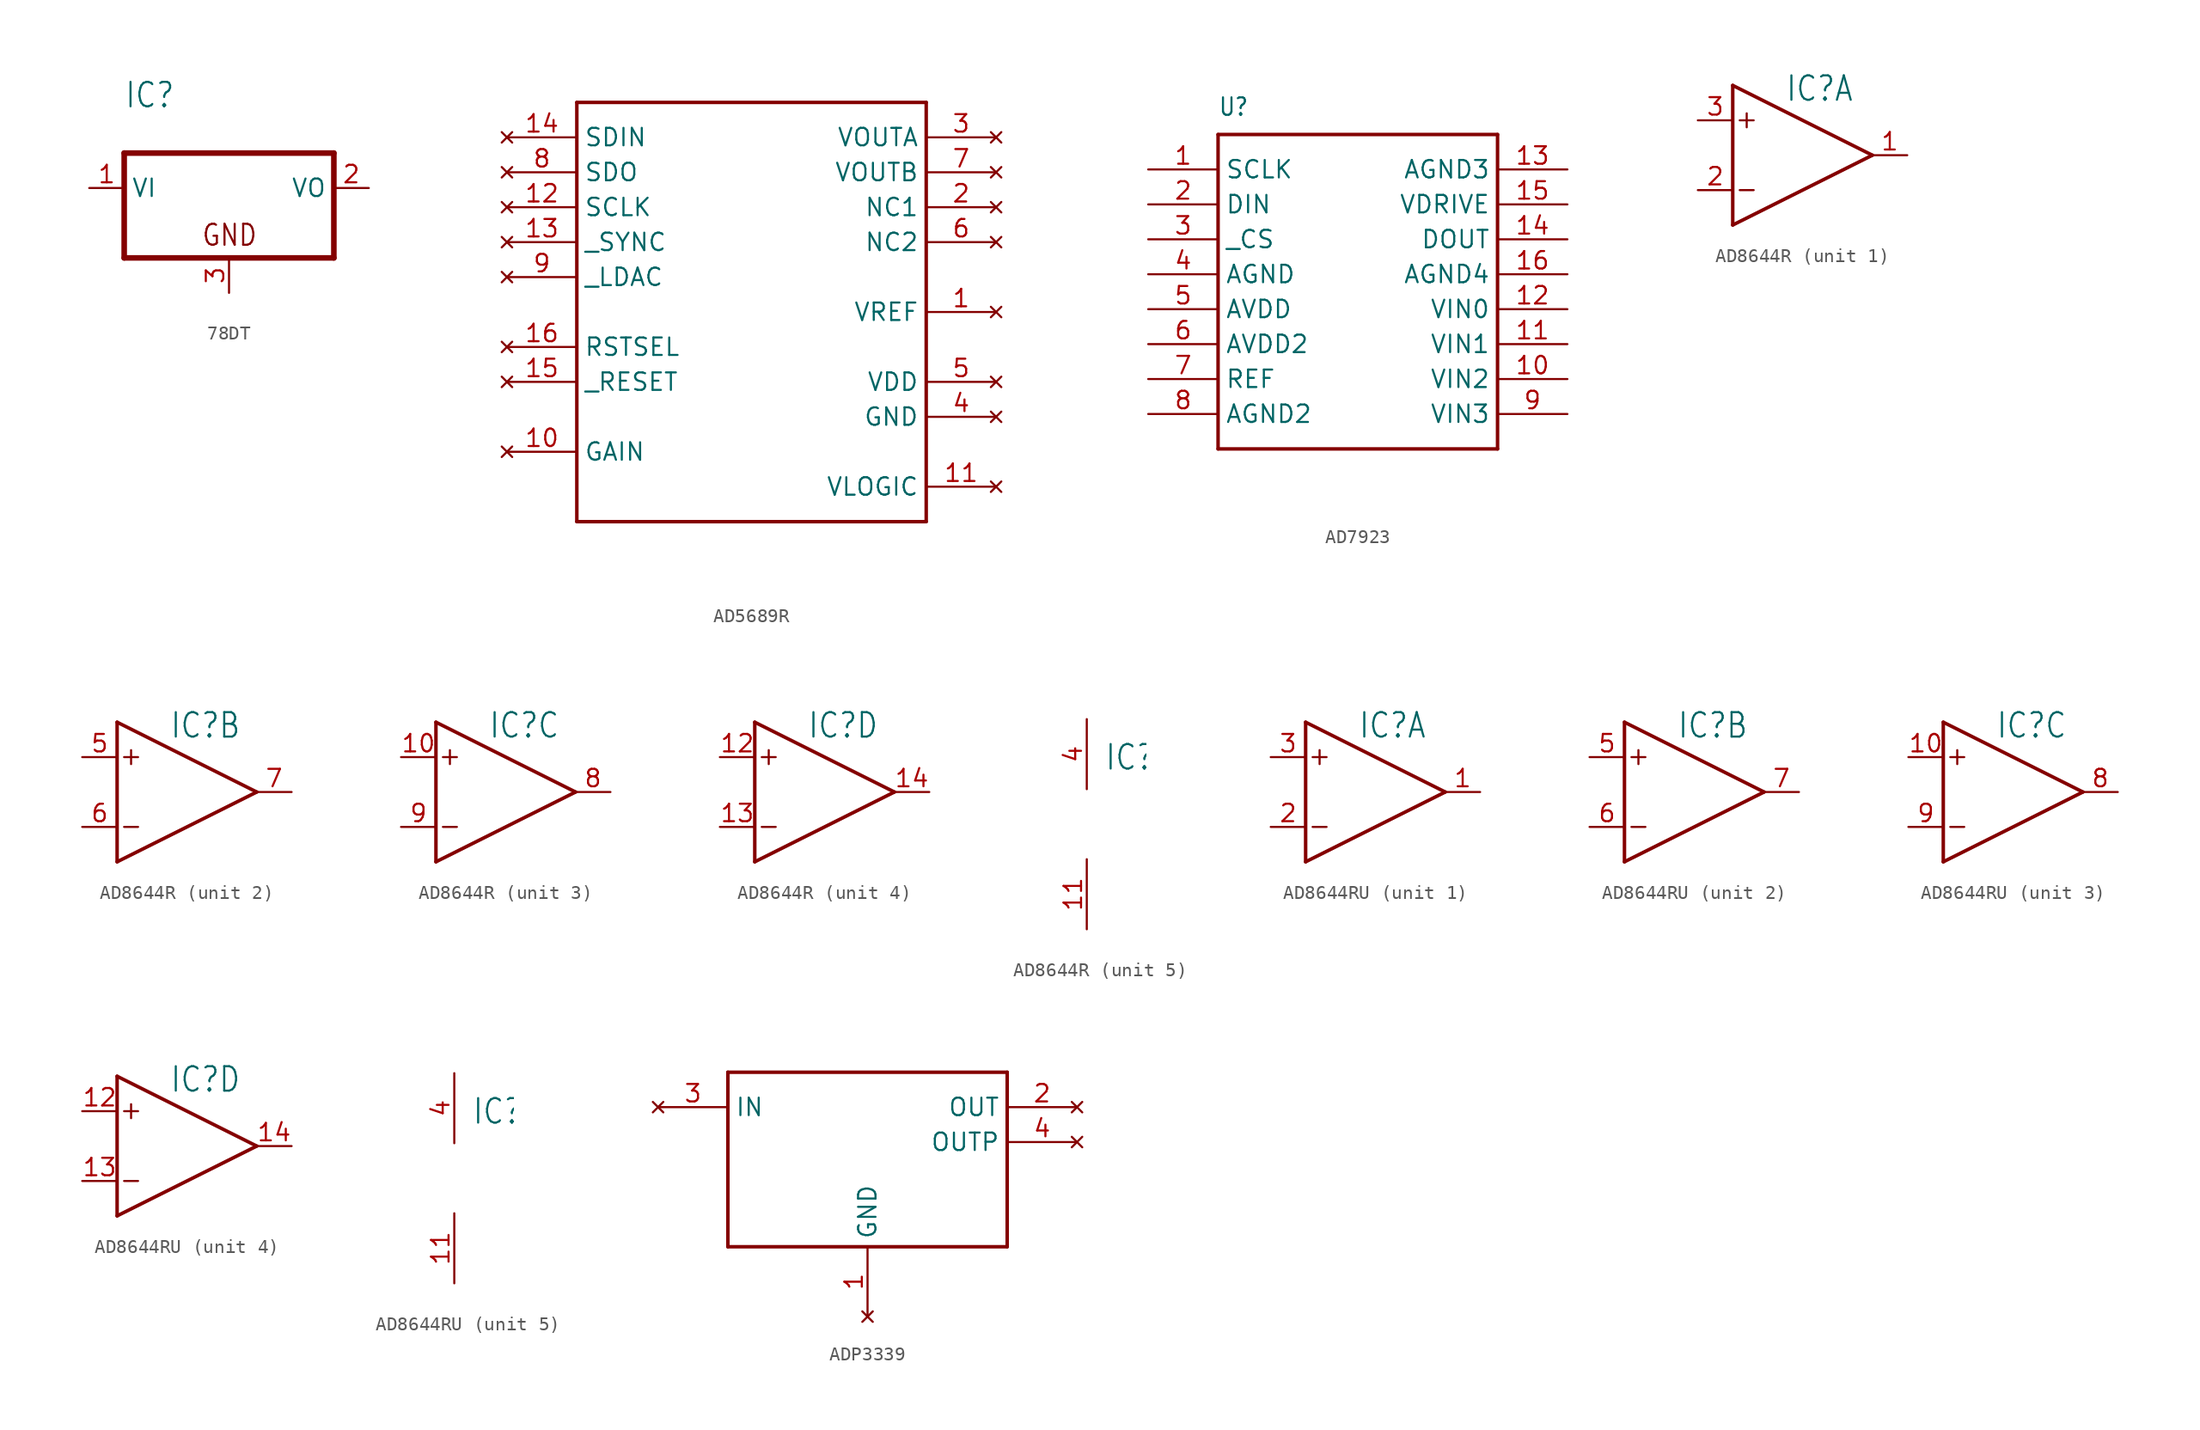
<source format=kicad_sym>
(kicad_symbol_lib
  (version 20231120)
  (generator "kicad_symbol_editor")
  (generator_version "8.0")
  (symbol "78DT"
    (property "Reference" "IC"
      (at -7.62 5.715 0)
      (effects (font (size 1.778 1.511)) (justify left bottom)))
    (property "Value" ""
      (at -7.62 3.175 0)
      (effects (font (size 1.778 1.511)) (justify left bottom)))
    (property "ki_locked" ""
      (at 0 0 0)
      (effects (font (size 1.27 1.27))))
    (symbol "78DT_1_0"
      (polyline (pts (xy -7.62 -5.08) (xy 7.62 -5.08)) (stroke (width 0.406) (type solid)) (fill (type none)))
      (polyline (pts (xy -7.62 2.54) (xy -7.62 -5.08)) (stroke (width 0.406) (type solid)) (fill (type none)))
      (polyline (pts (xy 7.62 -5.08) (xy 7.62 2.54)) (stroke (width 0.406) (type solid)) (fill (type none)))
      (polyline (pts (xy 7.62 2.54) (xy -7.62 2.54)) (stroke (width 0.406) (type solid)) (fill (type none)))
      (text "GND" (at -2.032 -4.318 0) (effects (font (size 1.524 1.295)) (justify left bottom)))
      (pin input line (at -10.16 0 0) (length 2.54) (name "VI" (effects (font (size 1.27 1.27)))) (number "1" (effects (font (size 1.27 1.27)))))
      (pin passive line (at 10.16 0 180) (length 2.54) (name "VO" (effects (font (size 1.27 1.27)))) (number "2" (effects (font (size 1.27 1.27)))))
      (pin passive line (at 0 -7.62 90) (length 2.54) (name "GND" (effects (font (size 0 0)))) (number "3" (effects (font (size 1.27 1.27)))))))
  (symbol "AD5689R"
    (property "Reference" ""
      (at -25.4 21.59 0)
      (effects (font (size 1.27 1.079)) (justify left bottom) (hide yes)))
    (property "Value" ""
      (at -25.4 -12.7 0)
      (effects (font (size 1.27 1.079)) (justify left bottom)))
    (property "ki_locked" ""
      (at 0 0 0)
      (effects (font (size 1.27 1.27))))
    (symbol "AD5689R_1_0"
      (polyline (pts (xy -25.4 -10.16) (xy -25.4 20.32)) (stroke (width 0.254) (type solid)) (fill (type none)))
      (polyline (pts (xy -25.4 20.32) (xy 0 20.32)) (stroke (width 0.254) (type solid)) (fill (type none)))
      (polyline (pts (xy 0 -10.16) (xy -25.4 -10.16)) (stroke (width 0.254) (type solid)) (fill (type none)))
      (polyline (pts (xy 0 20.32) (xy 0 -10.16)) (stroke (width 0.254) (type solid)) (fill (type none)))
      (pin no_connect line (at 5.08 5.08 180) (length 5.08) (name "VREF" (effects (font (size 1.27 1.27)))) (number "1" (effects (font (size 1.27 1.27)))))
      (pin no_connect line (at -30.48 -5.08 0) (length 5.08) (name "GAIN" (effects (font (size 1.27 1.27)))) (number "10" (effects (font (size 1.27 1.27)))))
      (pin no_connect line (at 5.08 -7.62 180) (length 5.08) (name "VLOGIC" (effects (font (size 1.27 1.27)))) (number "11" (effects (font (size 1.27 1.27)))))
      (pin no_connect line (at -30.48 12.7 0) (length 5.08) (name "SCLK" (effects (font (size 1.27 1.27)))) (number "12" (effects (font (size 1.27 1.27)))))
      (pin no_connect line (at -30.48 10.16 0) (length 5.08) (name "_SYNC" (effects (font (size 1.27 1.27)))) (number "13" (effects (font (size 1.27 1.27)))))
      (pin no_connect line (at -30.48 17.78 0) (length 5.08) (name "SDIN" (effects (font (size 1.27 1.27)))) (number "14" (effects (font (size 1.27 1.27)))))
      (pin no_connect line (at -30.48 0 0) (length 5.08) (name "_RESET" (effects (font (size 1.27 1.27)))) (number "15" (effects (font (size 1.27 1.27)))))
      (pin no_connect line (at -30.48 2.54 0) (length 5.08) (name "RSTSEL" (effects (font (size 1.27 1.27)))) (number "16" (effects (font (size 1.27 1.27)))))
      (pin no_connect line (at 5.08 12.7 180) (length 5.08) (name "NC1" (effects (font (size 1.27 1.27)))) (number "2" (effects (font (size 1.27 1.27)))))
      (pin no_connect line (at 5.08 17.78 180) (length 5.08) (name "VOUTA" (effects (font (size 1.27 1.27)))) (number "3" (effects (font (size 1.27 1.27)))))
      (pin no_connect line (at 5.08 -2.54 180) (length 5.08) (name "GND" (effects (font (size 1.27 1.27)))) (number "4" (effects (font (size 1.27 1.27)))))
      (pin no_connect line (at 5.08 0 180) (length 5.08) (name "VDD" (effects (font (size 1.27 1.27)))) (number "5" (effects (font (size 1.27 1.27)))))
      (pin no_connect line (at 5.08 10.16 180) (length 5.08) (name "NC2" (effects (font (size 1.27 1.27)))) (number "6" (effects (font (size 1.27 1.27)))))
      (pin no_connect line (at 5.08 15.24 180) (length 5.08) (name "VOUTB" (effects (font (size 1.27 1.27)))) (number "7" (effects (font (size 1.27 1.27)))))
      (pin no_connect line (at -30.48 15.24 0) (length 5.08) (name "SDO" (effects (font (size 1.27 1.27)))) (number "8" (effects (font (size 1.27 1.27)))))
      (pin no_connect line (at -30.48 7.62 0) (length 5.08) (name "_LDAC" (effects (font (size 1.27 1.27)))) (number "9" (effects (font (size 1.27 1.27)))))))
  (symbol "AD7923"
    (property "Reference" "U"
      (at -10.16 11.43 0)
      (effects (font (size 1.27 1.079)) (justify left bottom)))
    (property "Value" ""
      (at -10.16 -15.24 0)
      (effects (font (size 1.27 1.079)) (justify left bottom)))
    (property "ki_locked" ""
      (at 0 0 0)
      (effects (font (size 1.27 1.27))))
    (symbol "AD7923_1_0"
      (polyline (pts (xy -10.16 -12.7) (xy 10.16 -12.7)) (stroke (width 0.254) (type solid)) (fill (type none)))
      (polyline (pts (xy -10.16 10.16) (xy -10.16 -12.7)) (stroke (width 0.254) (type solid)) (fill (type none)))
      (polyline (pts (xy 10.16 -12.7) (xy 10.16 10.16)) (stroke (width 0.254) (type solid)) (fill (type none)))
      (polyline (pts (xy 10.16 10.16) (xy -10.16 10.16)) (stroke (width 0.254) (type solid)) (fill (type none)))
      (pin bidirectional line (at -15.24 7.62 0) (length 5.08) (name "SCLK" (effects (font (size 1.27 1.27)))) (number "1" (effects (font (size 1.27 1.27)))))
      (pin bidirectional line (at 15.24 -7.62 180) (length 5.08) (name "VIN2" (effects (font (size 1.27 1.27)))) (number "10" (effects (font (size 1.27 1.27)))))
      (pin bidirectional line (at 15.24 -5.08 180) (length 5.08) (name "VIN1" (effects (font (size 1.27 1.27)))) (number "11" (effects (font (size 1.27 1.27)))))
      (pin bidirectional line (at 15.24 -2.54 180) (length 5.08) (name "VIN0" (effects (font (size 1.27 1.27)))) (number "12" (effects (font (size 1.27 1.27)))))
      (pin bidirectional line (at 15.24 7.62 180) (length 5.08) (name "AGND3" (effects (font (size 1.27 1.27)))) (number "13" (effects (font (size 1.27 1.27)))))
      (pin bidirectional line (at 15.24 2.54 180) (length 5.08) (name "DOUT" (effects (font (size 1.27 1.27)))) (number "14" (effects (font (size 1.27 1.27)))))
      (pin bidirectional line (at 15.24 5.08 180) (length 5.08) (name "VDRIVE" (effects (font (size 1.27 1.27)))) (number "15" (effects (font (size 1.27 1.27)))))
      (pin bidirectional line (at 15.24 0 180) (length 5.08) (name "AGND4" (effects (font (size 1.27 1.27)))) (number "16" (effects (font (size 1.27 1.27)))))
      (pin bidirectional line (at -15.24 5.08 0) (length 5.08) (name "DIN" (effects (font (size 1.27 1.27)))) (number "2" (effects (font (size 1.27 1.27)))))
      (pin bidirectional line (at -15.24 2.54 0) (length 5.08) (name "_CS" (effects (font (size 1.27 1.27)))) (number "3" (effects (font (size 1.27 1.27)))))
      (pin bidirectional line (at -15.24 0 0) (length 5.08) (name "AGND" (effects (font (size 1.27 1.27)))) (number "4" (effects (font (size 1.27 1.27)))))
      (pin bidirectional line (at -15.24 -2.54 0) (length 5.08) (name "AVDD" (effects (font (size 1.27 1.27)))) (number "5" (effects (font (size 1.27 1.27)))))
      (pin bidirectional line (at -15.24 -5.08 0) (length 5.08) (name "AVDD2" (effects (font (size 1.27 1.27)))) (number "6" (effects (font (size 1.27 1.27)))))
      (pin bidirectional line (at -15.24 -7.62 0) (length 5.08) (name "REF" (effects (font (size 1.27 1.27)))) (number "7" (effects (font (size 1.27 1.27)))))
      (pin bidirectional line (at -15.24 -10.16 0) (length 5.08) (name "AGND2" (effects (font (size 1.27 1.27)))) (number "8" (effects (font (size 1.27 1.27)))))
      (pin bidirectional line (at 15.24 -10.16 180) (length 5.08) (name "VIN3" (effects (font (size 1.27 1.27)))) (number "9" (effects (font (size 1.27 1.27)))))))
  (symbol "AD8644R"
    (property "Reference" "IC"
      (at 1.27 3.81 0)
      (effects (font (size 1.778 1.511)) (justify left bottom)))
    (property "Value" ""
      (at 1.27 -5.08 0)
      (effects (font (size 1.778 1.511)) (justify left bottom)))
    (property "ki_locked" ""
      (at 0 0 0)
      (effects (font (size 1.27 1.27))))
    (symbol "AD8644R_1_0"
      (polyline (pts (xy -2.54 -5.08) (xy 7.62 0)) (stroke (width 0.254) (type solid)) (fill (type none)))
      (polyline (pts (xy -2.54 5.08) (xy -2.54 -5.08)) (stroke (width 0.254) (type solid)) (fill (type none)))
      (polyline (pts (xy -2.032 -2.54) (xy -1.016 -2.54)) (stroke (width 0.152) (type solid)) (fill (type none)))
      (polyline (pts (xy -2.032 2.54) (xy -1.016 2.54)) (stroke (width 0.152) (type solid)) (fill (type none)))
      (polyline (pts (xy -1.524 3.048) (xy -1.524 2.032)) (stroke (width 0.152) (type solid)) (fill (type none)))
      (polyline (pts (xy 7.62 0) (xy -2.54 5.08)) (stroke (width 0.254) (type solid)) (fill (type none)))
      (pin output line (at 10.16 0 180) (length 2.54) (name "OUT" (effects (font (size 0 0)))) (number "1" (effects (font (size 1.27 1.27)))))
      (pin input line (at -5.08 -2.54 0) (length 2.54) (name "IN-" (effects (font (size 0 0)))) (number "2" (effects (font (size 1.27 1.27)))))
      (pin input line (at -5.08 2.54 0) (length 2.54) (name "IN+" (effects (font (size 0 0)))) (number "3" (effects (font (size 1.27 1.27))))))
    (symbol "AD8644R_2_0"
      (polyline (pts (xy -2.54 -5.08) (xy 7.62 0)) (stroke (width 0.254) (type solid)) (fill (type none)))
      (polyline (pts (xy -2.54 5.08) (xy -2.54 -5.08)) (stroke (width 0.254) (type solid)) (fill (type none)))
      (polyline (pts (xy -2.032 -2.54) (xy -1.016 -2.54)) (stroke (width 0.152) (type solid)) (fill (type none)))
      (polyline (pts (xy -2.032 2.54) (xy -1.016 2.54)) (stroke (width 0.152) (type solid)) (fill (type none)))
      (polyline (pts (xy -1.524 3.048) (xy -1.524 2.032)) (stroke (width 0.152) (type solid)) (fill (type none)))
      (polyline (pts (xy 7.62 0) (xy -2.54 5.08)) (stroke (width 0.254) (type solid)) (fill (type none)))
      (pin input line (at -5.08 2.54 0) (length 2.54) (name "IN+" (effects (font (size 0 0)))) (number "5" (effects (font (size 1.27 1.27)))))
      (pin input line (at -5.08 -2.54 0) (length 2.54) (name "IN-" (effects (font (size 0 0)))) (number "6" (effects (font (size 1.27 1.27)))))
      (pin output line (at 10.16 0 180) (length 2.54) (name "OUT" (effects (font (size 0 0)))) (number "7" (effects (font (size 1.27 1.27))))))
    (symbol "AD8644R_3_0"
      (polyline (pts (xy -2.54 -5.08) (xy 7.62 0)) (stroke (width 0.254) (type solid)) (fill (type none)))
      (polyline (pts (xy -2.54 5.08) (xy -2.54 -5.08)) (stroke (width 0.254) (type solid)) (fill (type none)))
      (polyline (pts (xy -2.032 -2.54) (xy -1.016 -2.54)) (stroke (width 0.152) (type solid)) (fill (type none)))
      (polyline (pts (xy -2.032 2.54) (xy -1.016 2.54)) (stroke (width 0.152) (type solid)) (fill (type none)))
      (polyline (pts (xy -1.524 3.048) (xy -1.524 2.032)) (stroke (width 0.152) (type solid)) (fill (type none)))
      (polyline (pts (xy 7.62 0) (xy -2.54 5.08)) (stroke (width 0.254) (type solid)) (fill (type none)))
      (pin input line (at -5.08 2.54 0) (length 2.54) (name "IN+" (effects (font (size 0 0)))) (number "10" (effects (font (size 1.27 1.27)))))
      (pin output line (at 10.16 0 180) (length 2.54) (name "OUT" (effects (font (size 0 0)))) (number "8" (effects (font (size 1.27 1.27)))))
      (pin input line (at -5.08 -2.54 0) (length 2.54) (name "IN-" (effects (font (size 0 0)))) (number "9" (effects (font (size 1.27 1.27))))))
    (symbol "AD8644R_4_0"
      (polyline (pts (xy -2.54 -5.08) (xy 7.62 0)) (stroke (width 0.254) (type solid)) (fill (type none)))
      (polyline (pts (xy -2.54 5.08) (xy -2.54 -5.08)) (stroke (width 0.254) (type solid)) (fill (type none)))
      (polyline (pts (xy -2.032 -2.54) (xy -1.016 -2.54)) (stroke (width 0.152) (type solid)) (fill (type none)))
      (polyline (pts (xy -2.032 2.54) (xy -1.016 2.54)) (stroke (width 0.152) (type solid)) (fill (type none)))
      (polyline (pts (xy -1.524 3.048) (xy -1.524 2.032)) (stroke (width 0.152) (type solid)) (fill (type none)))
      (polyline (pts (xy 7.62 0) (xy -2.54 5.08)) (stroke (width 0.254) (type solid)) (fill (type none)))
      (pin input line (at -5.08 2.54 0) (length 2.54) (name "IN+" (effects (font (size 0 0)))) (number "12" (effects (font (size 1.27 1.27)))))
      (pin input line (at -5.08 -2.54 0) (length 2.54) (name "IN-" (effects (font (size 0 0)))) (number "13" (effects (font (size 1.27 1.27)))))
      (pin output line (at 10.16 0 180) (length 2.54) (name "OUT" (effects (font (size 0 0)))) (number "14" (effects (font (size 1.27 1.27))))))
    (symbol "AD8644R_5_0"
      (pin power_in line (at 0 -7.62 90) (length 5.08) (name "V-" (effects (font (size 0 0)))) (number "11" (effects (font (size 1.27 1.27)))))
      (pin power_in line (at 0 7.62 270) (length 5.08) (name "V+" (effects (font (size 0 0)))) (number "4" (effects (font (size 1.27 1.27)))))))
  (symbol "AD8644RU"
    (property "Reference" "IC"
      (at 1.27 3.81 0)
      (effects (font (size 1.778 1.511)) (justify left bottom)))
    (property "Value" ""
      (at 1.27 -5.08 0)
      (effects (font (size 1.778 1.511)) (justify left bottom)))
    (property "ki_locked" ""
      (at 0 0 0)
      (effects (font (size 1.27 1.27))))
    (symbol "AD8644RU_1_0"
      (polyline (pts (xy -2.54 -5.08) (xy 7.62 0)) (stroke (width 0.254) (type solid)) (fill (type none)))
      (polyline (pts (xy -2.54 5.08) (xy -2.54 -5.08)) (stroke (width 0.254) (type solid)) (fill (type none)))
      (polyline (pts (xy -2.032 -2.54) (xy -1.016 -2.54)) (stroke (width 0.152) (type solid)) (fill (type none)))
      (polyline (pts (xy -2.032 2.54) (xy -1.016 2.54)) (stroke (width 0.152) (type solid)) (fill (type none)))
      (polyline (pts (xy -1.524 3.048) (xy -1.524 2.032)) (stroke (width 0.152) (type solid)) (fill (type none)))
      (polyline (pts (xy 7.62 0) (xy -2.54 5.08)) (stroke (width 0.254) (type solid)) (fill (type none)))
      (pin output line (at 10.16 0 180) (length 2.54) (name "OUT" (effects (font (size 0 0)))) (number "1" (effects (font (size 1.27 1.27)))))
      (pin input line (at -5.08 -2.54 0) (length 2.54) (name "IN-" (effects (font (size 0 0)))) (number "2" (effects (font (size 1.27 1.27)))))
      (pin input line (at -5.08 2.54 0) (length 2.54) (name "IN+" (effects (font (size 0 0)))) (number "3" (effects (font (size 1.27 1.27))))))
    (symbol "AD8644RU_2_0"
      (polyline (pts (xy -2.54 -5.08) (xy 7.62 0)) (stroke (width 0.254) (type solid)) (fill (type none)))
      (polyline (pts (xy -2.54 5.08) (xy -2.54 -5.08)) (stroke (width 0.254) (type solid)) (fill (type none)))
      (polyline (pts (xy -2.032 -2.54) (xy -1.016 -2.54)) (stroke (width 0.152) (type solid)) (fill (type none)))
      (polyline (pts (xy -2.032 2.54) (xy -1.016 2.54)) (stroke (width 0.152) (type solid)) (fill (type none)))
      (polyline (pts (xy -1.524 3.048) (xy -1.524 2.032)) (stroke (width 0.152) (type solid)) (fill (type none)))
      (polyline (pts (xy 7.62 0) (xy -2.54 5.08)) (stroke (width 0.254) (type solid)) (fill (type none)))
      (pin input line (at -5.08 2.54 0) (length 2.54) (name "IN+" (effects (font (size 0 0)))) (number "5" (effects (font (size 1.27 1.27)))))
      (pin input line (at -5.08 -2.54 0) (length 2.54) (name "IN-" (effects (font (size 0 0)))) (number "6" (effects (font (size 1.27 1.27)))))
      (pin output line (at 10.16 0 180) (length 2.54) (name "OUT" (effects (font (size 0 0)))) (number "7" (effects (font (size 1.27 1.27))))))
    (symbol "AD8644RU_3_0"
      (polyline (pts (xy -2.54 -5.08) (xy 7.62 0)) (stroke (width 0.254) (type solid)) (fill (type none)))
      (polyline (pts (xy -2.54 5.08) (xy -2.54 -5.08)) (stroke (width 0.254) (type solid)) (fill (type none)))
      (polyline (pts (xy -2.032 -2.54) (xy -1.016 -2.54)) (stroke (width 0.152) (type solid)) (fill (type none)))
      (polyline (pts (xy -2.032 2.54) (xy -1.016 2.54)) (stroke (width 0.152) (type solid)) (fill (type none)))
      (polyline (pts (xy -1.524 3.048) (xy -1.524 2.032)) (stroke (width 0.152) (type solid)) (fill (type none)))
      (polyline (pts (xy 7.62 0) (xy -2.54 5.08)) (stroke (width 0.254) (type solid)) (fill (type none)))
      (pin input line (at -5.08 2.54 0) (length 2.54) (name "IN+" (effects (font (size 0 0)))) (number "10" (effects (font (size 1.27 1.27)))))
      (pin output line (at 10.16 0 180) (length 2.54) (name "OUT" (effects (font (size 0 0)))) (number "8" (effects (font (size 1.27 1.27)))))
      (pin input line (at -5.08 -2.54 0) (length 2.54) (name "IN-" (effects (font (size 0 0)))) (number "9" (effects (font (size 1.27 1.27))))))
    (symbol "AD8644RU_4_0"
      (polyline (pts (xy -2.54 -5.08) (xy 7.62 0)) (stroke (width 0.254) (type solid)) (fill (type none)))
      (polyline (pts (xy -2.54 5.08) (xy -2.54 -5.08)) (stroke (width 0.254) (type solid)) (fill (type none)))
      (polyline (pts (xy -2.032 -2.54) (xy -1.016 -2.54)) (stroke (width 0.152) (type solid)) (fill (type none)))
      (polyline (pts (xy -2.032 2.54) (xy -1.016 2.54)) (stroke (width 0.152) (type solid)) (fill (type none)))
      (polyline (pts (xy -1.524 3.048) (xy -1.524 2.032)) (stroke (width 0.152) (type solid)) (fill (type none)))
      (polyline (pts (xy 7.62 0) (xy -2.54 5.08)) (stroke (width 0.254) (type solid)) (fill (type none)))
      (pin input line (at -5.08 2.54 0) (length 2.54) (name "IN+" (effects (font (size 0 0)))) (number "12" (effects (font (size 1.27 1.27)))))
      (pin input line (at -5.08 -2.54 0) (length 2.54) (name "IN-" (effects (font (size 0 0)))) (number "13" (effects (font (size 1.27 1.27)))))
      (pin output line (at 10.16 0 180) (length 2.54) (name "OUT" (effects (font (size 0 0)))) (number "14" (effects (font (size 1.27 1.27))))))
    (symbol "AD8644RU_5_0"
      (pin power_in line (at 0 -7.62 90) (length 5.08) (name "V-" (effects (font (size 0 0)))) (number "11" (effects (font (size 1.27 1.27)))))
      (pin power_in line (at 0 7.62 270) (length 5.08) (name "V+" (effects (font (size 0 0)))) (number "4" (effects (font (size 1.27 1.27)))))))
  (symbol "ADP3339"
    (property "Reference" ""
      (at -10.16 5.08 0)
      (effects (font (size 1.27 1.079)) (justify left bottom) (hide yes)))
    (property "Value" ""
      (at -10.16 -10.16 0)
      (effects (font (size 1.27 1.079)) (justify left bottom)))
    (property "ki_locked" ""
      (at 0 0 0)
      (effects (font (size 1.27 1.27))))
    (symbol "ADP3339_1_0"
      (polyline (pts (xy -10.16 -7.62) (xy -10.16 5.08)) (stroke (width 0.254) (type solid)) (fill (type none)))
      (polyline (pts (xy -10.16 5.08) (xy 10.16 5.08)) (stroke (width 0.254) (type solid)) (fill (type none)))
      (polyline (pts (xy 10.16 -7.62) (xy -10.16 -7.62)) (stroke (width 0.254) (type solid)) (fill (type none)))
      (polyline (pts (xy 10.16 5.08) (xy 10.16 -7.62)) (stroke (width 0.254) (type solid)) (fill (type none)))
      (pin no_connect line (at 0 -12.7 90) (length 5.08) (name "GND" (effects (font (size 1.27 1.27)))) (number "1" (effects (font (size 1.27 1.27)))))
      (pin no_connect line (at 15.24 2.54 180) (length 5.08) (name "OUT" (effects (font (size 1.27 1.27)))) (number "2" (effects (font (size 1.27 1.27)))))
      (pin no_connect line (at -15.24 2.54 0) (length 5.08) (name "IN" (effects (font (size 1.27 1.27)))) (number "3" (effects (font (size 1.27 1.27)))))
      (pin no_connect line (at 15.24 0 180) (length 5.08) (name "OUTP" (effects (font (size 1.27 1.27)))) (number "4" (effects (font (size 1.27 1.27))))))))
</source>
